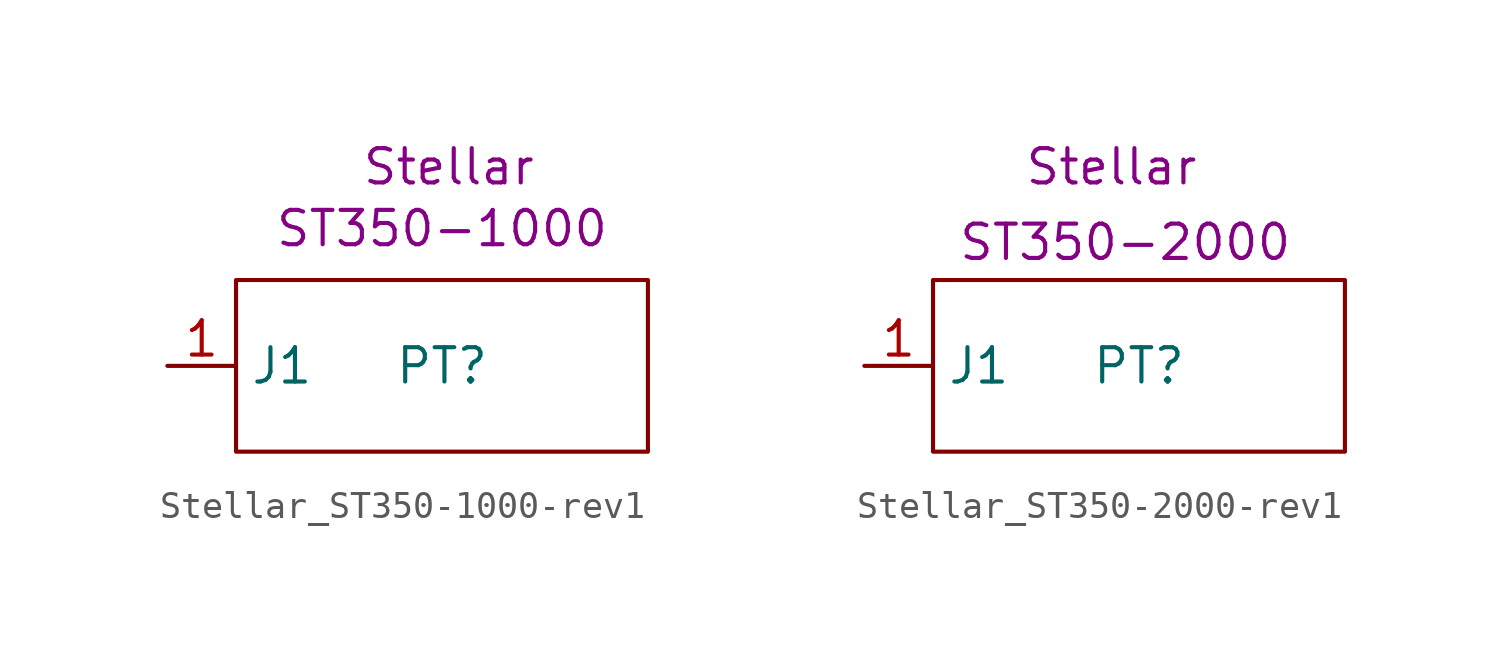
<source format=kicad_sym>
(kicad_symbol_lib
  (version 20241209)
  (generator "kicad_symbol_editor")
  (generator_version "9.0")
  (symbol "Stellar_ST350-1000-rev1"
    (property "Reference" "PT"
      (at 0 0 0)
      (effects (font (size 1.27 1.27))))
    (property "MFG" "Stellar"
      (at 0.254 7.366 0)
      (effects (font (size 1.27 1.27))))
    (property "MPN" "ST350-1000"
      (at 0 5.08 0)
      (effects (font (size 1.27 1.27))))
    (symbol "Stellar_ST350-1000-rev1_0_1"
      (rectangle (start -7.62 3.175) (end 7.62 -3.175) (stroke (width 0) (type default)) (fill (type none))))
    (symbol "Stellar_ST350-1000-rev1_1_1"
      (pin unspecified line (at -10.16 0 0) (length 2.54) (name "J1" (effects (font (size 1.27 1.27)))) (number "1" (effects (font (size 1.27 1.27)))))))
  (symbol "Stellar_ST350-2000-rev1"
    (property "Reference" "PT"
      (at 0 0 0)
      (effects (font (size 1.27 1.27))))
    (property "Value" ""
      (at 0 0 0)
      (effects (font (size 1.27 1.27))))
    (property "MFG" "Stellar"
      (at -1.016 7.366 0)
      (effects (font (size 1.27 1.27))))
    (property "MPN" "ST350-2000"
      (at -0.508 4.572 0)
      (effects (font (size 1.27 1.27))))
    (symbol "Stellar_ST350-2000-rev1_0_1"
      (rectangle (start -7.62 3.175) (end 7.62 -3.175) (stroke (width 0) (type default)) (fill (type none))))
    (symbol "Stellar_ST350-2000-rev1_1_1"
      (pin unspecified line (at -10.16 0 0) (length 2.54) (name "J1" (effects (font (size 1.27 1.27)))) (number "1" (effects (font (size 1.27 1.27))))))))
</source>
